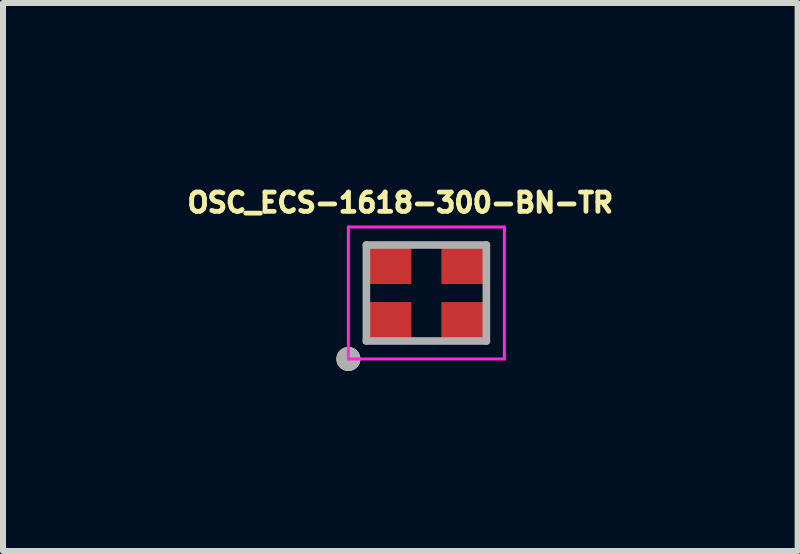
<source format=kicad_pcb>
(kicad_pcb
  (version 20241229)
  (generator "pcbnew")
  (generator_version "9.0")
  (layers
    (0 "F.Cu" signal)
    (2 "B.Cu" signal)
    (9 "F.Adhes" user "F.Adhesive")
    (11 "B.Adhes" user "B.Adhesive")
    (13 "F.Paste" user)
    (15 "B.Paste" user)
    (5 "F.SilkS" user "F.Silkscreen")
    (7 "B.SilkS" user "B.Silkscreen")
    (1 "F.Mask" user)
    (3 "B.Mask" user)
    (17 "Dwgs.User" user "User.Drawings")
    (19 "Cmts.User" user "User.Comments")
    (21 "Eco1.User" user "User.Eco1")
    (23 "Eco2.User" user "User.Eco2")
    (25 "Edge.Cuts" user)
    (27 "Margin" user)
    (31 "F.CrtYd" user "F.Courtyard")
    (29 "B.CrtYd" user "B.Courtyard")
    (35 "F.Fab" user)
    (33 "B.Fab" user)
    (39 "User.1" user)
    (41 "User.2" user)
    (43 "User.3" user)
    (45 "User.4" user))
  (footprint "OSC_ECS-1618-300-BN-TR"
    (layer "F.Cu")
    (at 4.057 1.834)
    (property "Reference" "OSC_ECS-1618-300-BN-TR" (at -0.435 -1.506 0) (layer "F.SilkS") (effects (font (size 0.321 0.321) (thickness 0.15))))
    (attr smd)
    (fp_circle (center -1.3 1.1) (end -1.2 1.1) (stroke (width 0.2) (type solid)) (fill no) (layer "F.SilkS"))
    (fp_line (start -1.3 -1.1) (end 1.3 -1.1) (stroke (width 0.05) (type solid)) (layer "F.CrtYd"))
    (fp_line (start -1.3 1.1) (end -1.3 -1.1) (stroke (width 0.05) (type solid)) (layer "F.CrtYd"))
    (fp_line (start 1.3 -1.1) (end 1.3 1.1) (stroke (width 0.05) (type solid)) (layer "F.CrtYd"))
    (fp_line (start 1.3 1.1) (end -1.3 1.1) (stroke (width 0.05) (type solid)) (layer "F.CrtYd"))
    (fp_line (start -1 -0.8) (end 1 -0.8) (stroke (width 0.127) (type solid)) (layer "F.Fab"))
    (fp_line (start -1 0.8) (end -1 -0.8) (stroke (width 0.127) (type solid)) (layer "F.Fab"))
    (fp_line (start 1 -0.8) (end 1 0.8) (stroke (width 0.127) (type solid)) (layer "F.Fab"))
    (fp_line (start 1 0.8) (end -1 0.8) (stroke (width 0.127) (type solid)) (layer "F.Fab"))
    (fp_circle (center -1.3 1.1) (end -1.2 1.1) (stroke (width 0.2) (type solid)) (fill no) (layer "F.Fab"))
    (pad "1" smd rect (at -0.65 0.5 90) (size 0.7 0.8) (layers "F.Cu" "F.Mask" "F.Paste"))
    (pad "2" smd rect (at 0.65 0.5 90) (size 0.7 0.8) (layers "F.Cu" "F.Mask" "F.Paste"))
    (pad "3" smd rect (at 0.65 -0.5 90) (size 0.7 0.8) (layers "F.Cu" "F.Mask" "F.Paste"))
    (pad "4" smd rect (at -0.65 -0.5 90) (size 0.7 0.8) (layers "F.Cu" "F.Mask" "F.Paste")))
  (gr_rect
    (start -3 -3)
    (end 10.245 6.134)
    (stroke (width 0.1) (type default))
    (fill no)
    (layer "Edge.Cuts")))
</source>
